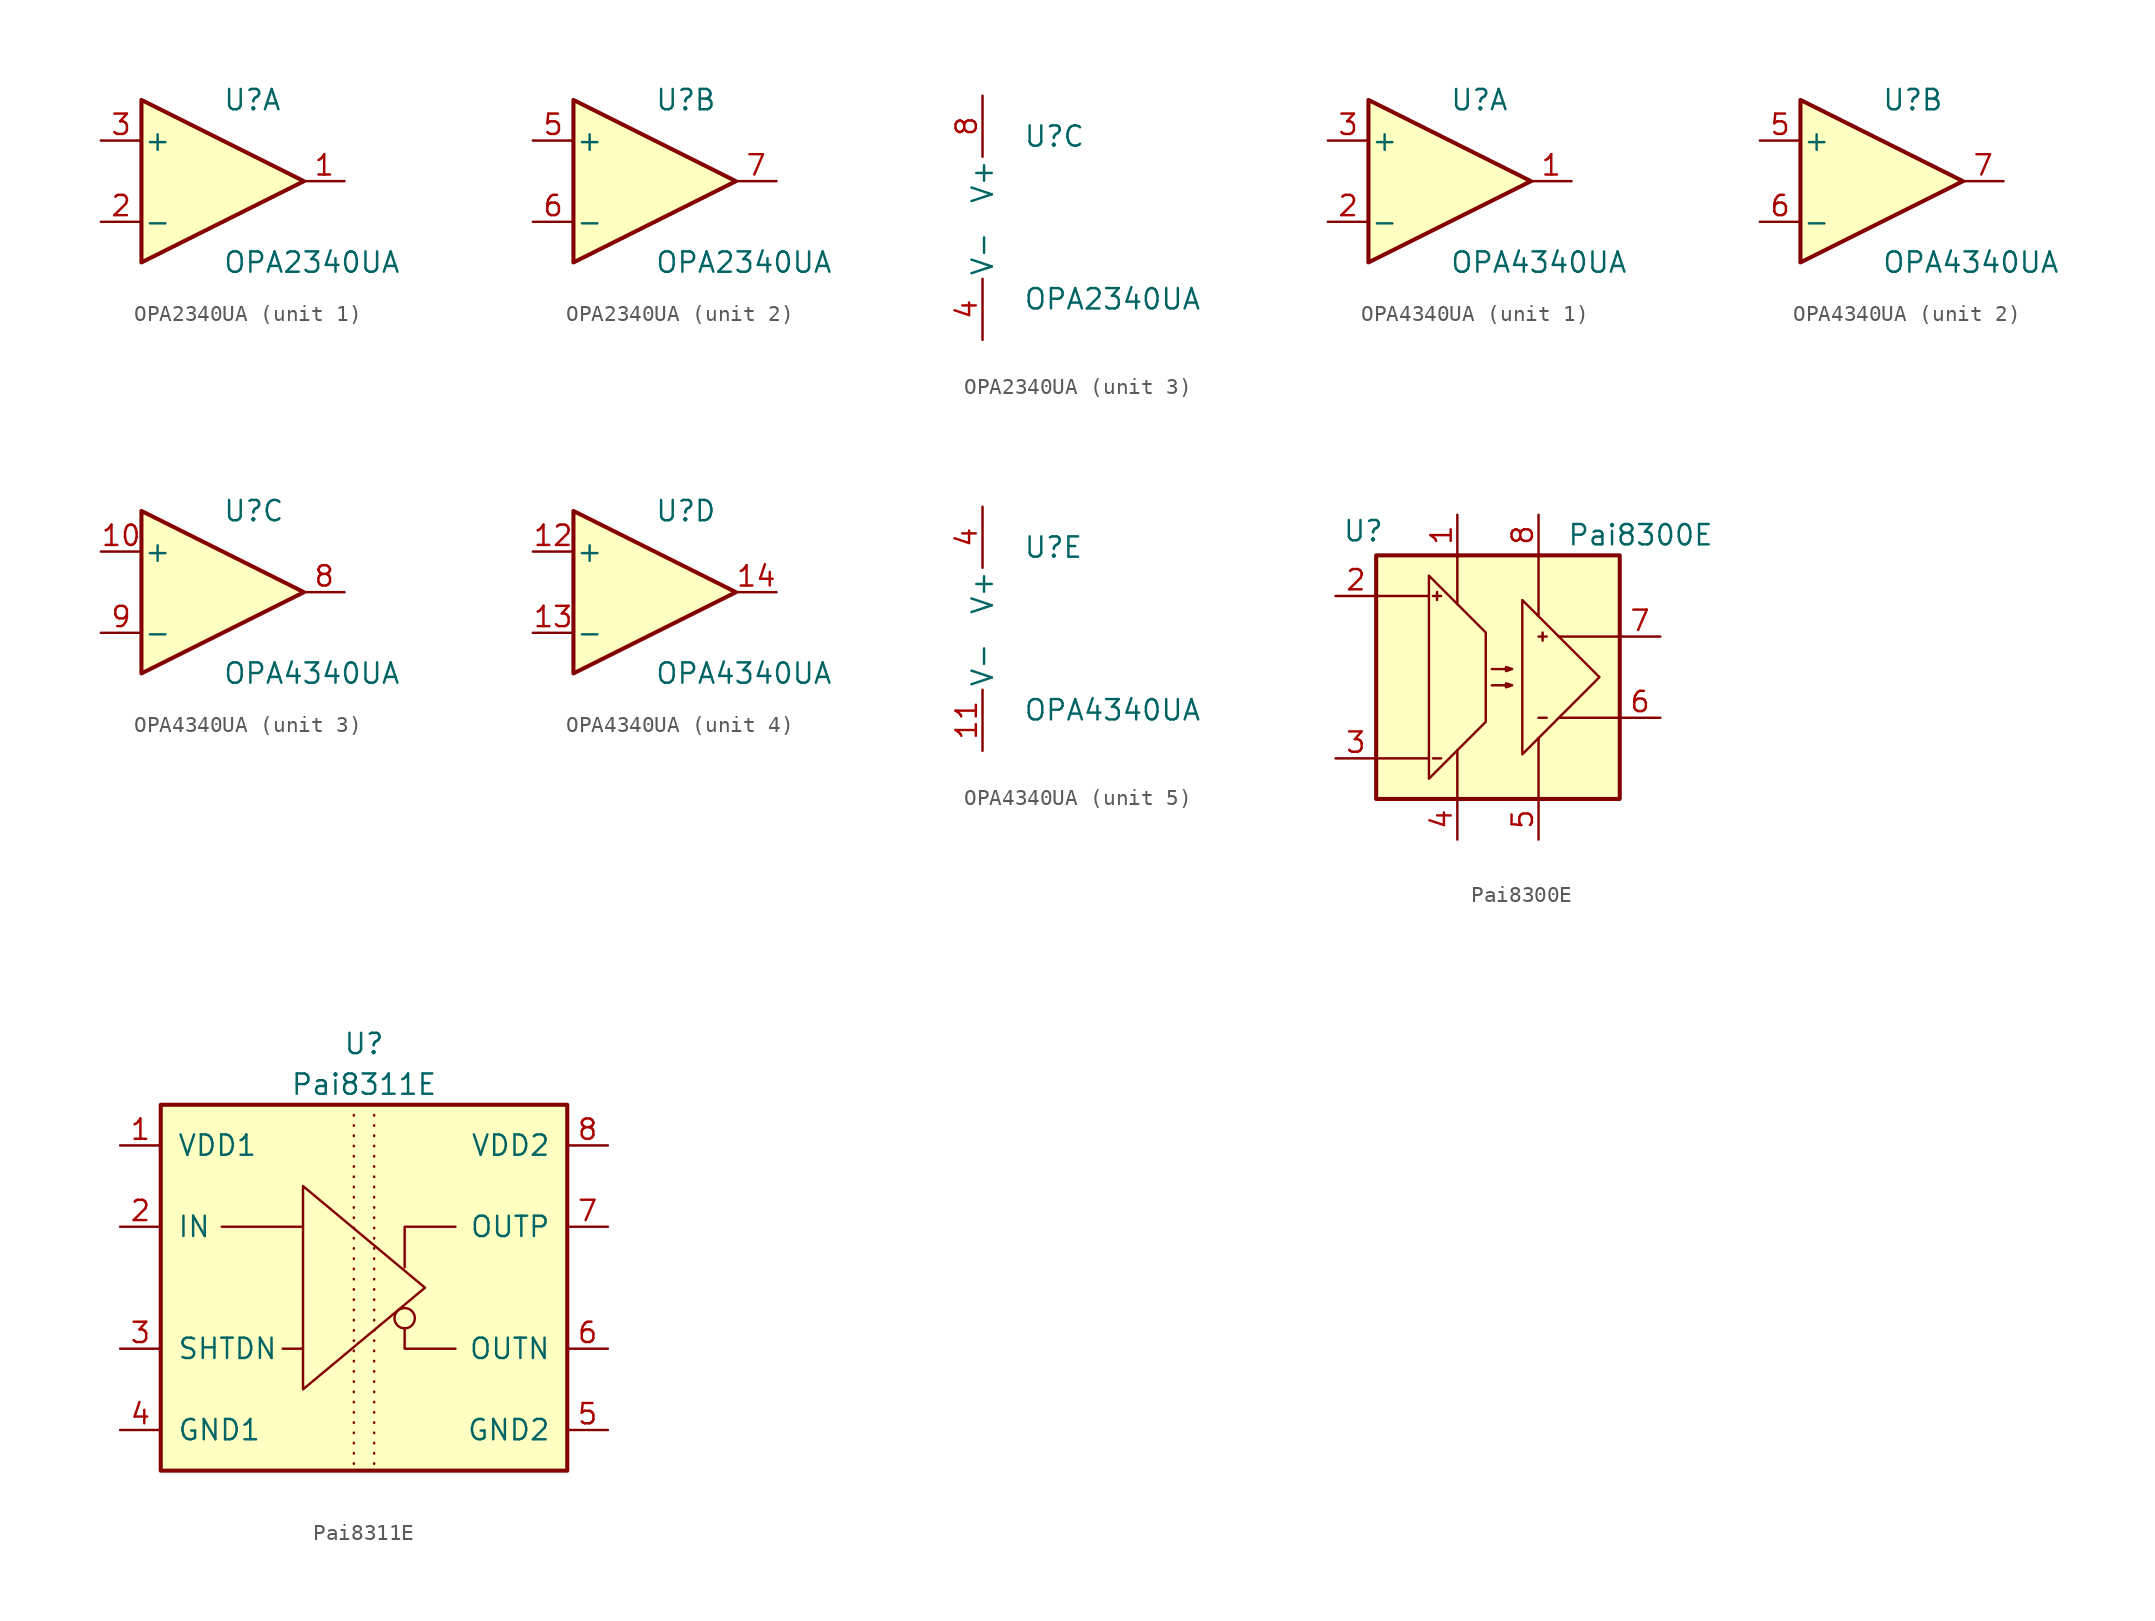
<source format=kicad_sym>
(kicad_symbol_lib
  (version 20241209)
  (generator "kicad_symbol_editor")
  (generator_version "9.0")
  (symbol "OPA2340UA"
    (pin_names
      (offset 0.127))
    (property "Reference" "U"
      (at 0 5.08 0)
      (effects (font (size 1.27 1.27)) (justify left)))
    (property "Value" "OPA2340UA"
      (at 0 -5.08 0)
      (effects (font (size 1.27 1.27)) (justify left)))
    (property "ki_locked" ""
      (at 0 0 0)
      (effects (font (size 1.27 1.27))))
    (symbol "OPA2340UA_1_1"
      (polyline (pts (xy -5.08 5.08) (xy 5.08 0) (xy -5.08 -5.08) (xy -5.08 5.08)) (stroke (width 0.254) (type default)) (fill (type background)))
      (pin input line (at -7.62 2.54 0) (length 2.54) (name "+" (effects (font (size 1.27 1.27)))) (number "3" (effects (font (size 1.27 1.27)))))
      (pin input line (at -7.62 -2.54 0) (length 2.54) (name "-" (effects (font (size 1.27 1.27)))) (number "2" (effects (font (size 1.27 1.27)))))
      (pin output line (at 7.62 0 180) (length 2.54) (name "~" (effects (font (size 1.27 1.27)))) (number "1" (effects (font (size 1.27 1.27))))))
    (symbol "OPA2340UA_2_1"
      (polyline (pts (xy -5.08 5.08) (xy 5.08 0) (xy -5.08 -5.08) (xy -5.08 5.08)) (stroke (width 0.254) (type default)) (fill (type background)))
      (pin input line (at -7.62 2.54 0) (length 2.54) (name "+" (effects (font (size 1.27 1.27)))) (number "5" (effects (font (size 1.27 1.27)))))
      (pin input line (at -7.62 -2.54 0) (length 2.54) (name "-" (effects (font (size 1.27 1.27)))) (number "6" (effects (font (size 1.27 1.27)))))
      (pin output line (at 7.62 0 180) (length 2.54) (name "~" (effects (font (size 1.27 1.27)))) (number "7" (effects (font (size 1.27 1.27))))))
    (symbol "OPA2340UA_3_1"
      (pin power_in line (at -2.54 7.62 270) (length 3.81) (name "V+" (effects (font (size 1.27 1.27)))) (number "8" (effects (font (size 1.27 1.27)))))
      (pin power_in line (at -2.54 -7.62 90) (length 3.81) (name "V-" (effects (font (size 1.27 1.27)))) (number "4" (effects (font (size 1.27 1.27)))))))
  (symbol "OPA4340UA"
    (pin_names
      (offset 0.127))
    (property "Reference" "U"
      (at 0 5.08 0)
      (effects (font (size 1.27 1.27)) (justify left)))
    (property "Value" "OPA4340UA"
      (at 0 -5.08 0)
      (effects (font (size 1.27 1.27)) (justify left)))
    (property "ki_locked" ""
      (at 0 0 0)
      (effects (font (size 1.27 1.27))))
    (symbol "OPA4340UA_1_1"
      (polyline (pts (xy -5.08 5.08) (xy 5.08 0) (xy -5.08 -5.08) (xy -5.08 5.08)) (stroke (width 0.254) (type default)) (fill (type background)))
      (pin input line (at -7.62 2.54 0) (length 2.54) (name "+" (effects (font (size 1.27 1.27)))) (number "3" (effects (font (size 1.27 1.27)))))
      (pin input line (at -7.62 -2.54 0) (length 2.54) (name "-" (effects (font (size 1.27 1.27)))) (number "2" (effects (font (size 1.27 1.27)))))
      (pin output line (at 7.62 0 180) (length 2.54) (name "~" (effects (font (size 1.27 1.27)))) (number "1" (effects (font (size 1.27 1.27))))))
    (symbol "OPA4340UA_2_1"
      (polyline (pts (xy -5.08 5.08) (xy 5.08 0) (xy -5.08 -5.08) (xy -5.08 5.08)) (stroke (width 0.254) (type default)) (fill (type background)))
      (pin input line (at -7.62 2.54 0) (length 2.54) (name "+" (effects (font (size 1.27 1.27)))) (number "5" (effects (font (size 1.27 1.27)))))
      (pin input line (at -7.62 -2.54 0) (length 2.54) (name "-" (effects (font (size 1.27 1.27)))) (number "6" (effects (font (size 1.27 1.27)))))
      (pin output line (at 7.62 0 180) (length 2.54) (name "~" (effects (font (size 1.27 1.27)))) (number "7" (effects (font (size 1.27 1.27))))))
    (symbol "OPA4340UA_3_1"
      (polyline (pts (xy -5.08 5.08) (xy 5.08 0) (xy -5.08 -5.08) (xy -5.08 5.08)) (stroke (width 0.254) (type default)) (fill (type background)))
      (pin input line (at -7.62 2.54 0) (length 2.54) (name "+" (effects (font (size 1.27 1.27)))) (number "10" (effects (font (size 1.27 1.27)))))
      (pin input line (at -7.62 -2.54 0) (length 2.54) (name "-" (effects (font (size 1.27 1.27)))) (number "9" (effects (font (size 1.27 1.27)))))
      (pin output line (at 7.62 0 180) (length 2.54) (name "~" (effects (font (size 1.27 1.27)))) (number "8" (effects (font (size 1.27 1.27))))))
    (symbol "OPA4340UA_4_1"
      (polyline (pts (xy -5.08 5.08) (xy 5.08 0) (xy -5.08 -5.08) (xy -5.08 5.08)) (stroke (width 0.254) (type default)) (fill (type background)))
      (pin input line (at -7.62 2.54 0) (length 2.54) (name "+" (effects (font (size 1.27 1.27)))) (number "12" (effects (font (size 1.27 1.27)))))
      (pin input line (at -7.62 -2.54 0) (length 2.54) (name "-" (effects (font (size 1.27 1.27)))) (number "13" (effects (font (size 1.27 1.27)))))
      (pin output line (at 7.62 0 180) (length 2.54) (name "~" (effects (font (size 1.27 1.27)))) (number "14" (effects (font (size 1.27 1.27))))))
    (symbol "OPA4340UA_5_1"
      (pin power_in line (at -2.54 7.62 270) (length 3.81) (name "V+" (effects (font (size 1.27 1.27)))) (number "4" (effects (font (size 1.27 1.27)))))
      (pin power_in line (at -2.54 -7.62 90) (length 3.81) (name "V-" (effects (font (size 1.27 1.27)))) (number "11" (effects (font (size 1.27 1.27)))))))
  (symbol "Pai8300E"
    (pin_names
      (hide yes))
    (property "Reference" "U"
      (at -7.112 9.144 0)
      (effects (font (size 1.27 1.27)) (justify right)))
    (property "Value" "Pai8300E"
      (at 4.318 8.89 0)
      (effects (font (size 1.27 1.27)) (justify left)))
    (symbol "Pai8300E_0_1"
      (rectangle (start -7.62 7.62) (end 7.62 -7.62) (stroke (width 0.254) (type default)) (fill (type background)))
      (polyline (pts (xy -7.62 5.08) (xy -4.318 5.08)) (stroke (width 0) (type default)) (fill (type none)))
      (polyline (pts (xy -7.62 -5.08) (xy -4.318 -5.08)) (stroke (width 0) (type default)) (fill (type none)))
      (polyline (pts (xy -4.318 -6.35) (xy -0.762 -2.794) (xy -0.762 2.794) (xy -4.318 6.35) (xy -4.318 -6.35)) (stroke (width 0) (type default)) (fill (type none)))
      (polyline (pts (xy -4.064 5.08) (xy -3.556 5.08)) (stroke (width 0) (type default)) (fill (type none)))
      (polyline (pts (xy -4.064 -5.08) (xy -3.556 -5.08)) (stroke (width 0) (type default)) (fill (type none)))
      (polyline (pts (xy -3.81 5.334) (xy -3.81 4.826)) (stroke (width 0) (type default)) (fill (type none)))
      (polyline (pts (xy -2.54 7.62) (xy -2.54 4.572)) (stroke (width 0) (type default)) (fill (type none)))
      (polyline (pts (xy -2.54 -7.62) (xy -2.54 -4.572)) (stroke (width 0) (type default)) (fill (type none)))
      (polyline (pts (xy -0.381 0.508) (xy 0.889 0.508) (xy 0.508 0.381) (xy 0.508 0.635) (xy 0.889 0.508)) (stroke (width 0) (type default)) (fill (type none)))
      (polyline (pts (xy -0.381 -0.508) (xy 0.889 -0.508) (xy 0.508 -0.635) (xy 0.508 -0.381) (xy 0.889 -0.508)) (stroke (width 0) (type default)) (fill (type none)))
      (polyline (pts (xy 2.54 7.62) (xy 2.54 3.81)) (stroke (width 0) (type default)) (fill (type none)))
      (polyline (pts (xy 2.54 -7.62) (xy 2.54 -3.81)) (stroke (width 0) (type default)) (fill (type none)))
      (polyline (pts (xy 2.794 2.794) (xy 2.794 2.286)) (stroke (width 0) (type default)) (fill (type none)))
      (polyline (pts (xy 3.048 2.54) (xy 2.54 2.54)) (stroke (width 0) (type default)) (fill (type none)))
      (polyline (pts (xy 3.048 -2.54) (xy 2.54 -2.54)) (stroke (width 0) (type default)) (fill (type none)))
      (polyline (pts (xy 6.35 0) (xy 1.524 -4.826) (xy 1.524 4.826) (xy 6.35 0)) (stroke (width 0) (type default)) (fill (type none)))
      (polyline (pts (xy 7.62 2.54) (xy 3.81 2.54)) (stroke (width 0) (type default)) (fill (type none)))
      (polyline (pts (xy 7.62 -2.54) (xy 3.81 -2.54)) (stroke (width 0) (type default)) (fill (type none))))
    (symbol "Pai8300E_1_1"
      (pin input line (at -10.16 5.08 0) (length 2.54) (name "VINP" (effects (font (size 1.27 1.27)))) (number "2" (effects (font (size 1.27 1.27)))))
      (pin input line (at -10.16 -5.08 0) (length 2.54) (name "VINN" (effects (font (size 1.27 1.27)))) (number "3" (effects (font (size 1.27 1.27)))))
      (pin power_in line (at -2.54 10.16 270) (length 2.54) (name "VDD1" (effects (font (size 1.27 1.27)))) (number "1" (effects (font (size 1.27 1.27)))))
      (pin power_in line (at -2.54 -10.16 90) (length 2.54) (name "GND1" (effects (font (size 1.27 1.27)))) (number "4" (effects (font (size 1.27 1.27)))))
      (pin power_in line (at 2.54 10.16 270) (length 2.54) (name "VDD2" (effects (font (size 1.27 1.27)))) (number "8" (effects (font (size 1.27 1.27)))))
      (pin power_in line (at 2.54 -10.16 90) (length 2.54) (name "GND2" (effects (font (size 1.27 1.27)))) (number "5" (effects (font (size 1.27 1.27)))))
      (pin output line (at 10.16 2.54 180) (length 2.54) (name "VOUTP" (effects (font (size 1.27 1.27)))) (number "7" (effects (font (size 1.27 1.27)))))
      (pin output line (at 10.16 -2.54 180) (length 2.54) (name "VOUTN" (effects (font (size 1.27 1.27)))) (number "6" (effects (font (size 1.27 1.27)))))))
  (symbol "Pai8311E"
    (pin_names
      (offset 1.016))
    (property "Reference" "U"
      (at 0 19.05 0)
      (effects (font (size 1.27 1.27))))
    (property "Value" "Pai8311E"
      (at 0 16.51 0)
      (effects (font (size 1.27 1.27))))
    (symbol "Pai8311E_0_1"
      (rectangle (start -12.7 15.24) (end 12.7 -7.62) (stroke (width 0.254) (type default)) (fill (type background))))
    (symbol "Pai8311E_1_1"
      (polyline (pts (xy -3.81 10.16) (xy -3.81 -2.54) (xy 3.81 3.81) (xy -3.81 10.16)) (stroke (width 0) (type default)) (fill (type none)))
      (polyline (pts (xy -3.81 7.62) (xy -8.89 7.62)) (stroke (width 0) (type default)) (fill (type none)))
      (polyline (pts (xy -3.81 0) (xy -5.08 0)) (stroke (width 0) (type default)) (fill (type none)))
      (polyline (pts (xy -0.635 15.24) (xy -0.635 -7.62)) (stroke (width 0) (type dot)) (fill (type none)))
      (polyline (pts (xy 0.635 15.24) (xy 0.635 -7.62)) (stroke (width 0) (type dot)) (fill (type none)))
      (circle (center 2.54 1.905) (radius 0.635) (stroke (width 0) (type default)) (fill (type none)))
      (polyline (pts (xy 2.54 1.27) (xy 2.54 0) (xy 5.715 0)) (stroke (width 0) (type default)) (fill (type none)))
      (polyline (pts (xy 5.715 7.62) (xy 2.54 7.62) (xy 2.54 5.08)) (stroke (width 0) (type default)) (fill (type none)))
      (pin power_in line (at -15.24 12.7 0) (length 2.54) (name "VDD1" (effects (font (size 1.27 1.27)))) (number "1" (effects (font (size 1.27 1.27)))))
      (pin input line (at -15.24 7.62 0) (length 2.54) (name "IN" (effects (font (size 1.27 1.27)))) (number "2" (effects (font (size 1.27 1.27)))))
      (pin input line (at -15.24 0 0) (length 2.54) (name "SHTDN" (effects (font (size 1.27 1.27)))) (number "3" (effects (font (size 1.27 1.27)))))
      (pin power_in line (at -15.24 -5.08 0) (length 2.54) (name "GND1" (effects (font (size 1.27 1.27)))) (number "4" (effects (font (size 1.27 1.27)))))
      (pin power_in line (at 15.24 12.7 180) (length 2.54) (name "VDD2" (effects (font (size 1.27 1.27)))) (number "8" (effects (font (size 1.27 1.27)))))
      (pin output line (at 15.24 7.62 180) (length 2.54) (name "OUTP" (effects (font (size 1.27 1.27)))) (number "7" (effects (font (size 1.27 1.27)))))
      (pin output line (at 15.24 0 180) (length 2.54) (name "OUTN" (effects (font (size 1.27 1.27)))) (number "6" (effects (font (size 1.27 1.27)))))
      (pin power_in line (at 15.24 -5.08 180) (length 2.54) (name "GND2" (effects (font (size 1.27 1.27)))) (number "5" (effects (font (size 1.27 1.27))))))))
</source>
